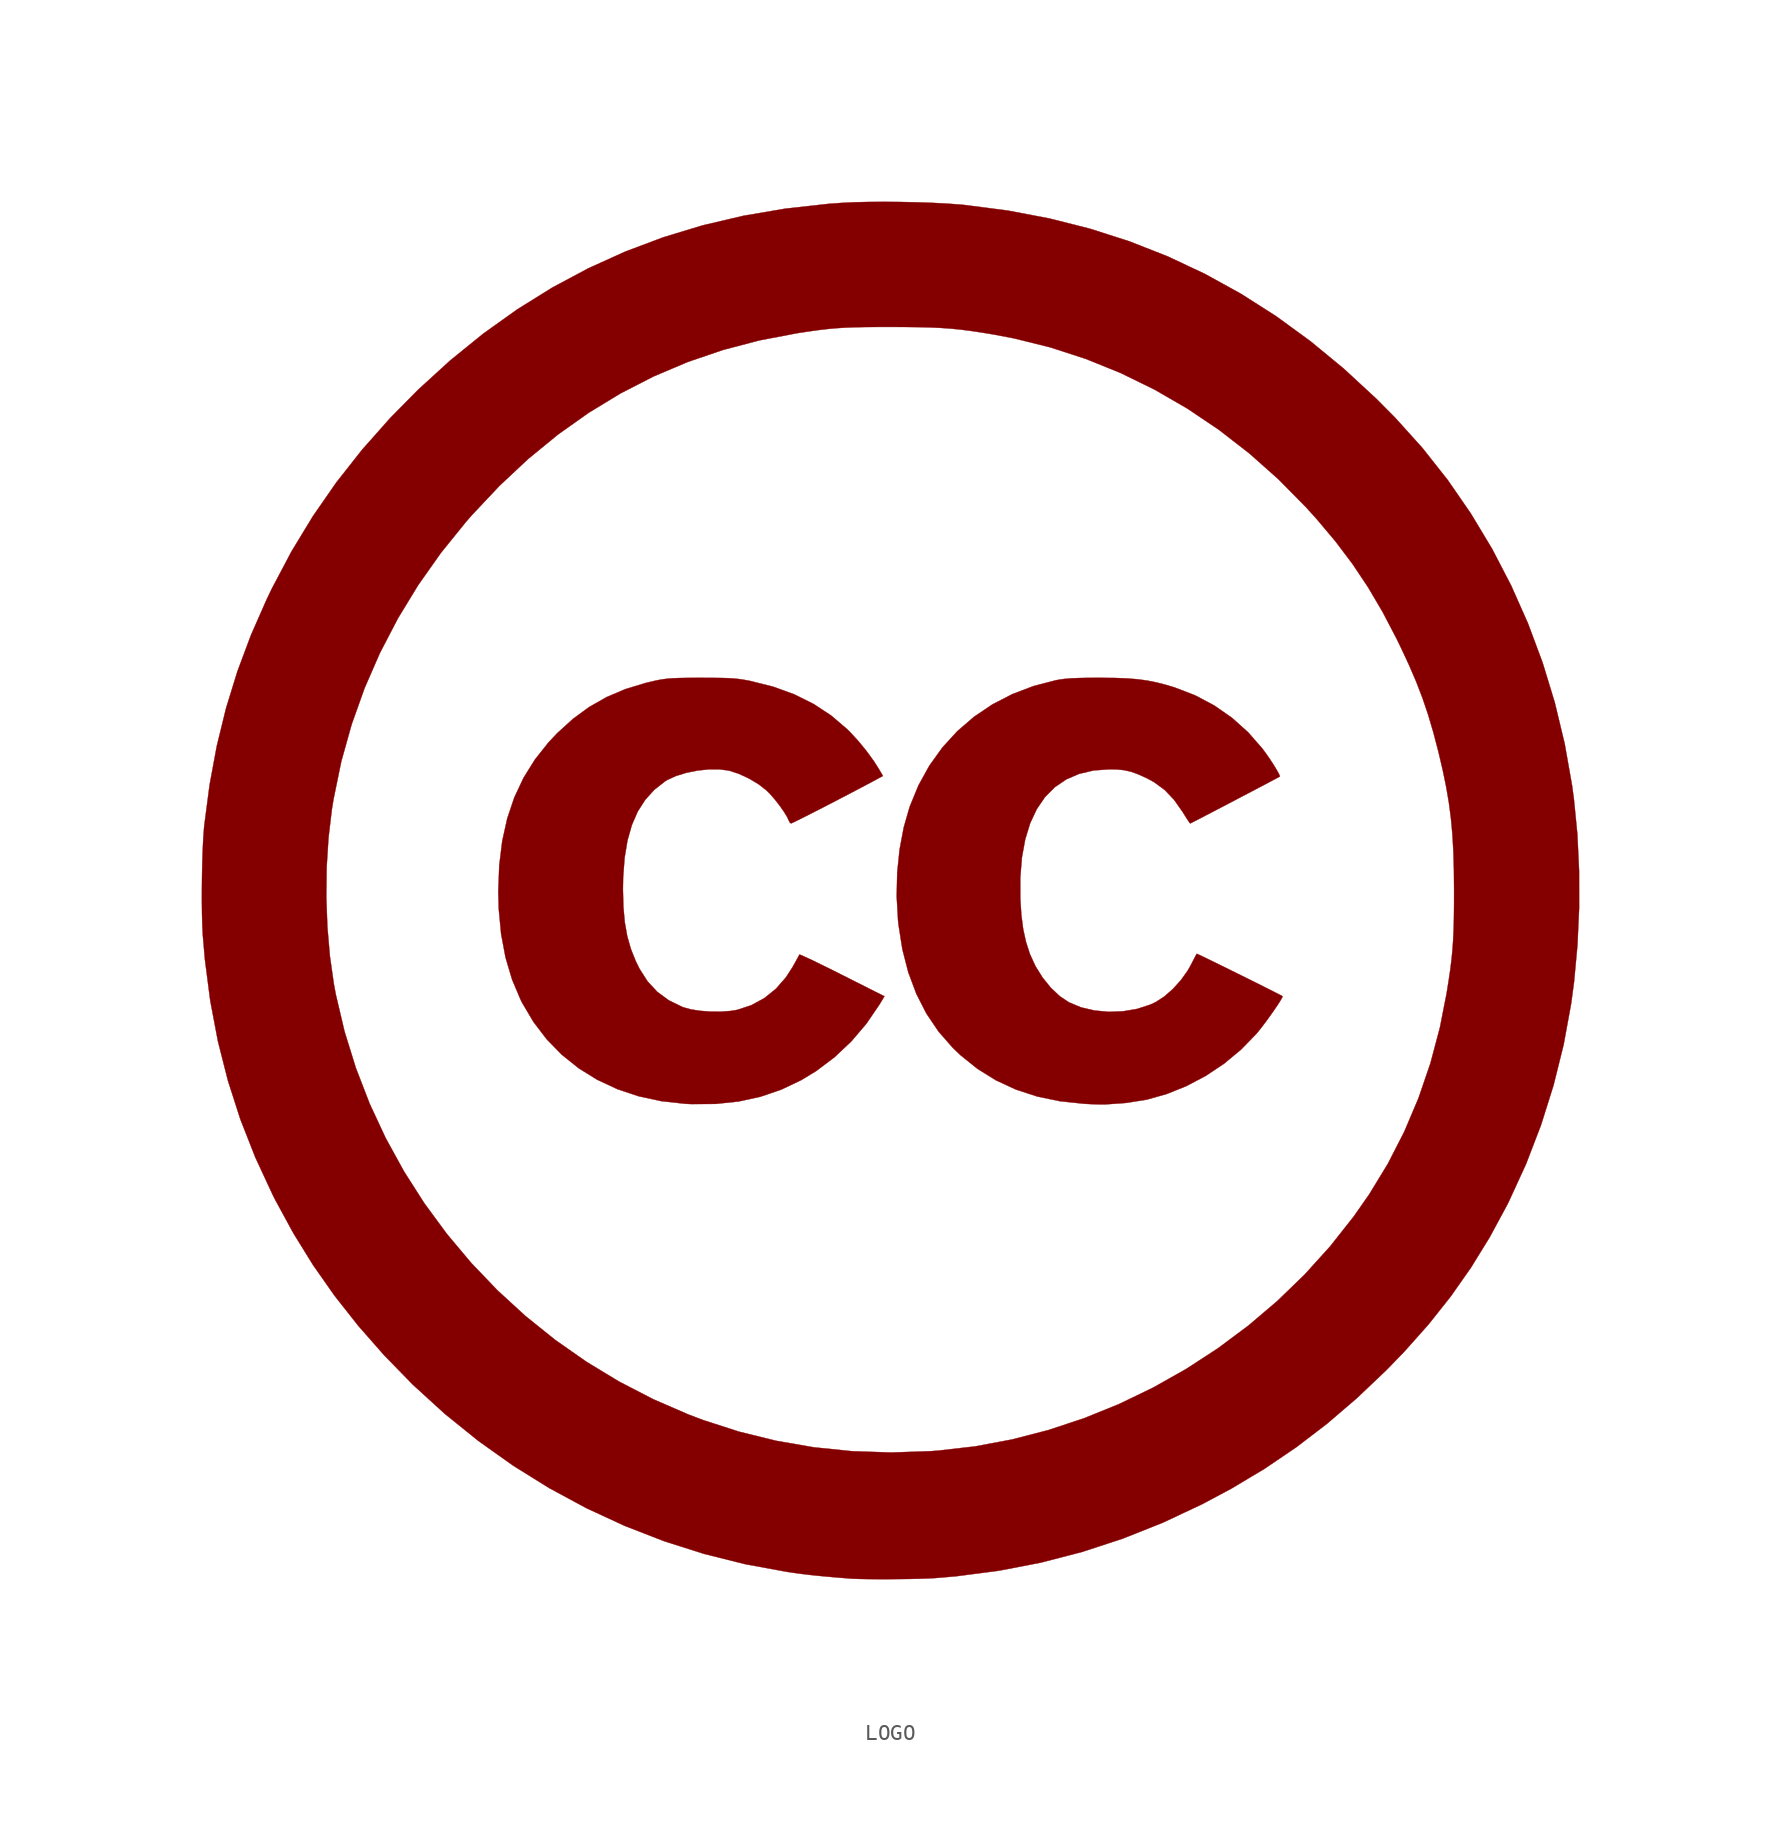
<source format=kicad_sym>
(kicad_symbol_lib
  (version 20220914)
  (generator "bitmap2component")
  (generator_version "8.0")
  (symbol "LOGO"
    (pin_names
      (offset 1.016))
    (property "Reference" "#G"
      (at 0 42.714 0)
      (effects (font (size 1.27 1.27)) hide))
    (symbol "LOGO_0_0"
      (polyline (pts (xy -0.143 -42.741) (xy 0.54 -42.735) (xy 1.205 -42.726) (xy 1.818 -42.712) (xy 2.344 -42.694) (xy 2.752 -42.672) (xy 4.033 -42.563) (xy 6.716 -42.215) (xy 9.345 -41.708) (xy 11.924 -41.041) (xy 14.461 -40.211) (xy 16.961 -39.217) (xy 19.431 -38.057) (xy 21.268 -37.077) (xy 23.344 -35.834) (xy 25.326 -34.49) (xy 27.239 -33.026) (xy 29.105 -31.427) (xy 30.948 -29.676) (xy 32.05 -28.541) (xy 33.579 -26.823) (xy 34.969 -25.073) (xy 36.237 -23.266) (xy 37.401 -21.377) (xy 38.48 -19.381) (xy 38.595 -19.152) (xy 39.674 -16.802) (xy 40.608 -14.373) (xy 41.393 -11.88) (xy 42.024 -9.341) (xy 42.494 -6.773) (xy 42.677 -5.404) (xy 42.887 -3.126) (xy 42.992 -0.801) (xy 42.99 1.526) (xy 42.882 3.812) (xy 42.666 6.011) (xy 42.549 6.872) (xy 42.088 9.478) (xy 41.473 12.037) (xy 40.709 14.541) (xy 39.799 16.983) (xy 38.747 19.352) (xy 37.558 21.642) (xy 36.234 23.844) (xy 34.781 25.95) (xy 33.201 27.951) (xy 31.499 29.839) (xy 30.314 31.032) (xy 28.283 32.909) (xy 26.199 34.626) (xy 24.061 36.184) (xy 21.864 37.585) (xy 19.605 38.831) (xy 17.281 39.924) (xy 14.889 40.864) (xy 12.424 41.654) (xy 9.885 42.296) (xy 7.267 42.791) (xy 4.567 43.14) (xy 4.293 43.165) (xy 3.493 43.223) (xy 2.58 43.27) (xy 1.593 43.304) (xy 0.573 43.326) (xy -0.441 43.334) (xy -1.409 43.328) (xy -2.292 43.307) (xy -3.048 43.271) (xy -3.927 43.207) (xy -6.625 42.907) (xy -9.241 42.461) (xy -11.778 41.865) (xy -14.238 41.12) (xy -16.625 40.222) (xy -18.941 39.173) (xy -21.19 37.969) (xy -23.374 36.61) (xy -25.496 35.094) (xy -27.559 33.421) (xy -29.567 31.589) (xy -31.306 29.826) (xy -33.064 27.843) (xy -34.675 25.798) (xy -36.144 23.68) (xy -37.482 21.476) (xy -38.697 19.177) (xy -39.016 18.515) (xy -40.01 16.258) (xy -40.857 13.991) (xy -41.566 11.692) (xy -42.143 9.336) (xy -42.595 6.9) (xy -42.927 4.36) (xy -42.941 4.22) (xy -42.984 3.64) (xy -43.02 2.937) (xy -43.047 2.145) (xy -43.066 1.299) (xy -43.076 0.435) (xy -43.077 -0.112) (xy -35.301 -0.112) (xy -35.279 1.758) (xy -35.164 3.587) (xy -34.957 5.334) (xy -34.851 5.996) (xy -34.366 8.357) (xy -33.718 10.672) (xy -32.911 12.938) (xy -31.946 15.149) (xy -30.826 17.301) (xy -29.554 19.388) (xy -28.131 21.405) (xy -26.559 23.349) (xy -26.202 23.757) (xy -24.477 25.589) (xy -22.687 27.265) (xy -20.829 28.786) (xy -18.904 30.152) (xy -16.91 31.364) (xy -14.847 32.422) (xy -12.714 33.326) (xy -10.509 34.078) (xy -8.233 34.676) (xy -5.884 35.123) (xy -5.737 35.146) (xy -5.071 35.246) (xy -4.483 35.327) (xy -3.942 35.39) (xy -3.418 35.437) (xy -2.879 35.471) (xy -2.294 35.494) (xy -1.633 35.508) (xy -0.865 35.514) (xy 0.042 35.515) (xy 0.865 35.512) (xy 1.717 35.502) (xy 2.459 35.484) (xy 3.123 35.453) (xy 3.741 35.409) (xy 4.345 35.348) (xy 4.967 35.269) (xy 5.638 35.169) (xy 6.392 35.045) (xy 7.674 34.802) (xy 9.947 34.238) (xy 12.173 33.514) (xy 14.346 32.633) (xy 16.459 31.599) (xy 18.506 30.415) (xy 20.483 29.085) (xy 22.382 27.611) (xy 24.198 25.997) (xy 25.925 24.246) (xy 26.585 23.516) (xy 27.768 22.11) (xy 28.832 20.7) (xy 29.803 19.245) (xy 30.709 17.706) (xy 31.578 16.044) (xy 31.814 15.56) (xy 32.35 14.414) (xy 32.81 13.345) (xy 33.208 12.31) (xy 33.561 11.265) (xy 33.885 10.168) (xy 34.196 8.975) (xy 34.218 8.887) (xy 34.475 7.789) (xy 34.685 6.767) (xy 34.852 5.788) (xy 34.979 4.816) (xy 35.072 3.816) (xy 35.133 2.752) (xy 35.167 1.591) (xy 35.178 0.296) (xy 35.176 -0.628) (xy 35.167 -1.459) (xy 35.148 -2.185) (xy 35.118 -2.837) (xy 35.074 -3.449) (xy 35.014 -4.052) (xy 34.935 -4.68) (xy 34.834 -5.365) (xy 34.71 -6.139) (xy 34.293 -8.262) (xy 33.696 -10.508) (xy 32.952 -12.682) (xy 32.064 -14.776) (xy 31.036 -16.784) (xy 29.869 -18.697) (xy 28.913 -20.066) (xy 27.442 -21.93) (xy 25.849 -23.692) (xy 24.143 -25.345) (xy 22.333 -26.885) (xy 20.429 -28.305) (xy 18.441 -29.6) (xy 16.376 -30.765) (xy 14.245 -31.795) (xy 12.057 -32.682) (xy 9.822 -33.423) (xy 7.548 -34.011) (xy 5.244 -34.442) (xy 2.921 -34.709) (xy 2.463 -34.742) (xy -0.001 -34.825) (xy -2.433 -34.745) (xy -4.828 -34.501) (xy -7.183 -34.094) (xy -9.494 -33.526) (xy -11.756 -32.796) (xy -12.657 -32.455) (xy -14.868 -31.496) (xy -16.999 -30.394) (xy -19.043 -29.156) (xy -20.995 -27.789) (xy -22.849 -26.3) (xy -24.6 -24.695) (xy -26.24 -22.982) (xy -27.765 -21.166) (xy -29.169 -19.256) (xy -30.445 -17.258) (xy -31.588 -15.178) (xy -32.592 -13.024) (xy -33.451 -10.801) (xy -34.16 -8.518) (xy -34.711 -6.181) (xy -34.83 -5.538) (xy -35.077 -3.802) (xy -35.234 -1.979) (xy -35.301 -0.112) (xy -43.077 -0.112) (xy -43.077 -0.411) (xy -43.068 -1.206) (xy -43.048 -1.913) (xy -43.018 -2.498) (xy -42.892 -3.981) (xy -42.554 -6.593) (xy -42.074 -9.126) (xy -41.448 -11.592) (xy -40.672 -14.004) (xy -39.742 -16.373) (xy -38.657 -18.711) (xy -38.493 -19.037) (xy -37.356 -21.126) (xy -36.127 -23.114) (xy -34.785 -25.028) (xy -33.312 -26.896) (xy -31.69 -28.744) (xy -29.896 -30.584) (xy -27.896 -32.408) (xy -25.806 -34.095) (xy -23.632 -35.641) (xy -21.378 -37.044) (xy -19.052 -38.301) (xy -16.658 -39.408) (xy -14.202 -40.363) (xy -11.69 -41.162) (xy -9.127 -41.803) (xy -6.519 -42.282) (xy -6.075 -42.347) (xy -5.607 -42.411) (xy -5.138 -42.468) (xy -4.634 -42.522) (xy -4.063 -42.576) (xy -3.39 -42.635) (xy -2.582 -42.701) (xy -2.395 -42.713) (xy -1.971 -42.727) (xy -1.432 -42.737) (xy -0.812 -42.741) (xy -0.143 -42.741)) (stroke (width 0.01) (type default)) (fill (type outline)))
      (polyline (pts (xy -10.967 -13.04) (xy -9.531 -12.888) (xy -8.17 -12.591) (xy -6.873 -12.149) (xy -5.63 -11.559) (xy -4.695 -10.992) (xy -3.546 -10.127) (xy -2.491 -9.133) (xy -1.546 -8.024) (xy -0.724 -6.817) (xy -0.422 -6.316) (xy -3.068 -4.981) (xy -3.611 -4.708) (xy -4.184 -4.425) (xy -4.693 -4.176) (xy -5.12 -3.972) (xy -5.447 -3.821) (xy -5.659 -3.729) (xy -5.736 -3.707) (xy -5.756 -3.748) (xy -5.844 -3.913) (xy -5.985 -4.171) (xy -6.16 -4.484) (xy -6.578 -5.132) (xy -7.204 -5.847) (xy -7.925 -6.428) (xy -8.73 -6.868) (xy -9.61 -7.16) (xy -10.05 -7.233) (xy -10.649 -7.275) (xy -11.292 -7.271) (xy -11.927 -7.224) (xy -12.502 -7.136) (xy -12.964 -7.011) (xy -13.058 -6.975) (xy -13.896 -6.567) (xy -14.614 -6.04) (xy -15.22 -5.388) (xy -15.721 -4.606) (xy -15.966 -4.11) (xy -16.271 -3.344) (xy -16.497 -2.545) (xy -16.65 -1.68) (xy -16.736 -0.717) (xy -16.764 0.375) (xy -16.751 1.11) (xy -16.66 2.335) (xy -16.479 3.425) (xy -16.206 4.388) (xy -15.839 5.231) (xy -15.373 5.961) (xy -14.806 6.588) (xy -14.134 7.117) (xy -13.995 7.203) (xy -13.457 7.451) (xy -12.814 7.649) (xy -12.116 7.791) (xy -11.408 7.867) (xy -10.737 7.87) (xy -10.151 7.792) (xy -10.145 7.791) (xy -9.534 7.595) (xy -8.891 7.298) (xy -8.284 6.935) (xy -7.779 6.54) (xy -7.565 6.324) (xy -7.27 5.985) (xy -6.976 5.608) (xy -6.712 5.234) (xy -6.507 4.902) (xy -6.391 4.653) (xy -6.346 4.557) (xy -6.26 4.487) (xy -6.236 4.495) (xy -6.084 4.565) (xy -5.812 4.699) (xy -5.438 4.886) (xy -4.983 5.117) (xy -4.468 5.38) (xy -3.911 5.667) (xy -3.333 5.966) (xy -2.754 6.267) (xy -2.194 6.561) (xy -1.673 6.836) (xy -1.21 7.082) (xy -0.515 7.456) (xy -0.774 7.898) (xy -1.081 8.38) (xy -1.541 9.012) (xy -2.054 9.639) (xy -2.575 10.205) (xy -2.756 10.383) (xy -3.752 11.232) (xy -4.85 11.955) (xy -6.055 12.554) (xy -7.373 13.032) (xy -8.809 13.392) (xy -8.891 13.408) (xy -9.214 13.468) (xy -9.518 13.513) (xy -9.834 13.545) (xy -10.195 13.567) (xy -10.631 13.579) (xy -11.173 13.586) (xy -11.853 13.587) (xy -12.116 13.587) (xy -12.736 13.584) (xy -13.228 13.576) (xy -13.622 13.561) (xy -13.947 13.537) (xy -14.235 13.502) (xy -14.515 13.455) (xy -14.817 13.392) (xy -15.323 13.273) (xy -16.607 12.883) (xy -17.78 12.386) (xy -18.867 11.769) (xy -19.89 11.019) (xy -20.876 10.123) (xy -21.417 9.549) (xy -22.265 8.48) (xy -22.976 7.337) (xy -23.551 6.113) (xy -23.994 4.799) (xy -24.306 3.39) (xy -24.492 1.877) (xy -24.553 0.254) (xy -24.526 -0.835) (xy -24.377 -2.42) (xy -24.099 -3.899) (xy -23.69 -5.273) (xy -23.151 -6.545) (xy -23.064 -6.717) (xy -22.354 -7.92) (xy -21.523 -9.006) (xy -20.579 -9.972) (xy -19.526 -10.815) (xy -18.372 -11.53) (xy -17.124 -12.113) (xy -15.786 -12.561) (xy -14.366 -12.868) (xy -12.869 -13.032) (xy -12.486 -13.051) (xy -10.967 -13.04)) (stroke (width 0.01) (type default)) (fill (type outline)))
      (polyline (pts (xy 13.42 -13.069) (xy 13.439 -13.067) (xy 13.705 -13.048) (xy 14.061 -13.024) (xy 14.436 -12.998) (xy 14.698 -12.976) (xy 15.966 -12.774) (xy 17.231 -12.417) (xy 18.473 -11.915) (xy 19.673 -11.28) (xy 20.808 -10.521) (xy 21.86 -9.649) (xy 22.807 -8.676) (xy 22.903 -8.563) (xy 23.139 -8.267) (xy 23.4 -7.924) (xy 23.666 -7.558) (xy 23.921 -7.197) (xy 24.146 -6.865) (xy 24.322 -6.59) (xy 24.432 -6.397) (xy 24.457 -6.312) (xy 24.437 -6.3) (xy 24.293 -6.222) (xy 24.029 -6.087) (xy 23.665 -5.903) (xy 23.223 -5.681) (xy 22.724 -5.431) (xy 22.189 -5.165) (xy 21.638 -4.892) (xy 21.092 -4.622) (xy 20.572 -4.366) (xy 20.099 -4.135) (xy 19.694 -3.938) (xy 19.378 -3.785) (xy 19.171 -3.688) (xy 19.095 -3.657) (xy 19.077 -3.688) (xy 18.996 -3.841) (xy 18.865 -4.09) (xy 18.704 -4.403) (xy 18.521 -4.723) (xy 18.099 -5.312) (xy 17.602 -5.861) (xy 17.068 -6.328) (xy 16.537 -6.673) (xy 16.194 -6.834) (xy 15.377 -7.101) (xy 14.499 -7.252) (xy 13.595 -7.286) (xy 12.704 -7.203) (xy 11.861 -7.005) (xy 11.104 -6.689) (xy 10.532 -6.305) (xy 9.975 -5.78) (xy 9.463 -5.147) (xy 9.02 -4.437) (xy 8.673 -3.682) (xy 8.654 -3.631) (xy 8.419 -2.895) (xy 8.248 -2.103) (xy 8.134 -1.221) (xy 8.07 -0.212) (xy 8.068 1.102) (xy 8.17 2.362) (xy 8.377 3.496) (xy 8.687 4.505) (xy 9.1 5.385) (xy 9.614 6.136) (xy 10.228 6.754) (xy 10.941 7.239) (xy 11.751 7.588) (xy 12.657 7.8) (xy 13.657 7.872) (xy 14.084 7.864) (xy 14.546 7.819) (xy 14.973 7.724) (xy 15.425 7.563) (xy 15.96 7.323) (xy 16.434 7.066) (xy 17.097 6.576) (xy 17.685 5.959) (xy 18.22 5.196) (xy 18.34 5.001) (xy 18.509 4.736) (xy 18.631 4.555) (xy 18.687 4.487) (xy 18.738 4.511) (xy 18.92 4.604) (xy 19.216 4.757) (xy 19.606 4.959) (xy 20.069 5.2) (xy 20.585 5.469) (xy 21.134 5.756) (xy 21.695 6.05) (xy 22.25 6.341) (xy 22.776 6.617) (xy 23.255 6.869) (xy 23.666 7.086) (xy 23.988 7.257) (xy 24.203 7.372) (xy 24.288 7.42) (xy 24.29 7.443) (xy 24.232 7.582) (xy 24.103 7.816) (xy 23.922 8.116) (xy 23.705 8.452) (xy 23.471 8.794) (xy 23.193 9.172) (xy 22.303 10.188) (xy 21.299 11.087) (xy 20.192 11.858) (xy 18.996 12.493) (xy 17.725 12.982) (xy 17.18 13.146) (xy 16.579 13.301) (xy 15.995 13.417) (xy 15.39 13.499) (xy 14.727 13.551) (xy 13.97 13.58) (xy 13.081 13.588) (xy 12.919 13.588) (xy 12.241 13.585) (xy 11.698 13.574) (xy 11.26 13.556) (xy 10.898 13.527) (xy 10.585 13.488) (xy 10.29 13.435) (xy 8.912 13.078) (xy 7.572 12.57) (xy 6.325 11.926) (xy 5.176 11.152) (xy 4.133 10.253) (xy 3.202 9.237) (xy 2.392 8.108) (xy 1.709 6.875) (xy 1.16 5.541) (xy 1.153 5.521) (xy 0.785 4.241) (xy 0.525 2.86) (xy 0.377 1.409) (xy 0.344 -0.079) (xy 0.429 -1.573) (xy 0.455 -1.823) (xy 0.699 -3.377) (xy 1.072 -4.825) (xy 1.574 -6.166) (xy 2.204 -7.398) (xy 2.962 -8.521) (xy 3.848 -9.533) (xy 4.336 -9.999) (xy 5.404 -10.855) (xy 6.554 -11.569) (xy 7.79 -12.141) (xy 9.118 -12.575) (xy 10.542 -12.871) (xy 12.065 -13.032) (xy 12.447 -13.052) (xy 12.859 -13.067) (xy 13.199 -13.073) (xy 13.42 -13.069)) (stroke (width 0.01) (type default)) (fill (type outline))))))
</source>
